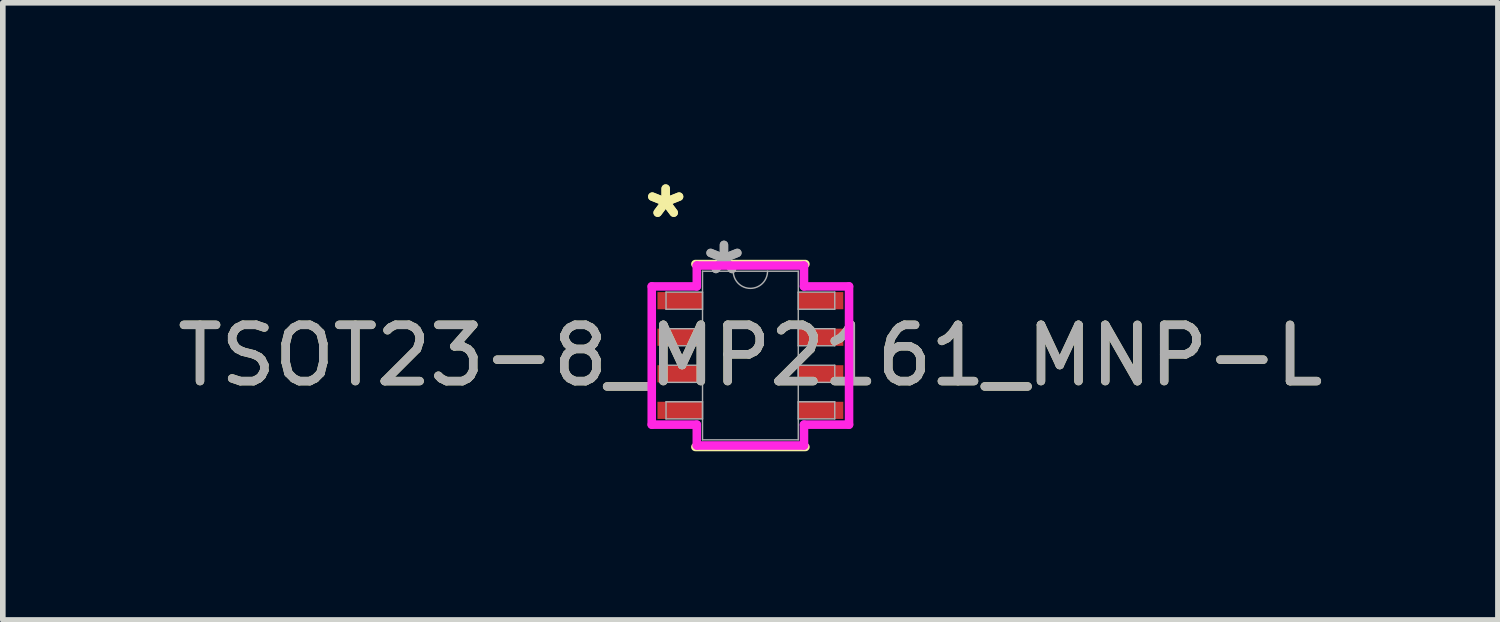
<source format=kicad_pcb>
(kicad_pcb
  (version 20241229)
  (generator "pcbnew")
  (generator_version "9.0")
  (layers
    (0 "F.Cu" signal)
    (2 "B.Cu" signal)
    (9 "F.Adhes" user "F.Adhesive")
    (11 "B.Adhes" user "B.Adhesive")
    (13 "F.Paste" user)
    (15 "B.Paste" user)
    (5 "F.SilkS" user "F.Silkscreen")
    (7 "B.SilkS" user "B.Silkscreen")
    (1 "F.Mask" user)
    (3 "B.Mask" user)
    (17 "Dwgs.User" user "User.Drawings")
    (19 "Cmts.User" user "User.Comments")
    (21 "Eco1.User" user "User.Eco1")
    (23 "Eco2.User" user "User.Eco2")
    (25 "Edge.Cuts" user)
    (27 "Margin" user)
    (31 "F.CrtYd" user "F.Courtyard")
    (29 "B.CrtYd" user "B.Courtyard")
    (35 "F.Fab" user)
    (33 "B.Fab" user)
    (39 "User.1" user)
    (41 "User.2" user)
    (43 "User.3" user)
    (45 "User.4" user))
  (footprint "TSOT23-8_MP2161_MNP-L"
    (layer "F.Cu")
    (at 10.292 3.271)
    (property "Reference" "TSOT23-8_MP2161_MNP-L" (at 0 0 0) (unlocked yes) (layer "F.SilkS") (effects (font (size 1 1) (thickness 0.15))))
    (attr smd)
    (fp_line (start -0.978 1.626) (end 0.978 1.626) (stroke (width 0.152) (type solid)) (layer "F.SilkS"))
    (fp_line (start 0.978 -1.626) (end -0.978 -1.626) (stroke (width 0.152) (type solid)) (layer "F.SilkS"))
    (fp_line (start -1.754 -1.229) (end -0.953 -1.229) (stroke (width 0.152) (type solid)) (layer "F.CrtYd"))
    (fp_line (start -1.754 1.229) (end -1.754 -1.229) (stroke (width 0.152) (type solid)) (layer "F.CrtYd"))
    (fp_line (start -1.754 1.229) (end -0.953 1.229) (stroke (width 0.152) (type solid)) (layer "F.CrtYd"))
    (fp_line (start -0.953 -1.6) (end 0.953 -1.6) (stroke (width 0.152) (type solid)) (layer "F.CrtYd"))
    (fp_line (start -0.953 -1.229) (end -0.953 -1.6) (stroke (width 0.152) (type solid)) (layer "F.CrtYd"))
    (fp_line (start -0.953 1.6) (end -0.953 1.229) (stroke (width 0.152) (type solid)) (layer "F.CrtYd"))
    (fp_line (start 0.953 -1.6) (end 0.953 -1.229) (stroke (width 0.152) (type solid)) (layer "F.CrtYd"))
    (fp_line (start 0.953 1.229) (end 0.953 1.6) (stroke (width 0.152) (type solid)) (layer "F.CrtYd"))
    (fp_line (start 0.953 1.6) (end -0.953 1.6) (stroke (width 0.152) (type solid)) (layer "F.CrtYd"))
    (fp_line (start 1.754 -1.229) (end 0.953 -1.229) (stroke (width 0.152) (type solid)) (layer "F.CrtYd"))
    (fp_line (start 1.754 -1.229) (end 1.754 1.229) (stroke (width 0.152) (type solid)) (layer "F.CrtYd"))
    (fp_line (start 1.754 1.229) (end 0.953 1.229) (stroke (width 0.152) (type solid)) (layer "F.CrtYd"))
    (fp_line (start -1.5 -1.127) (end -1.5 -0.823) (stroke (width 0.025) (type solid)) (layer "F.Fab"))
    (fp_line (start -1.5 -0.823) (end -0.851 -0.823) (stroke (width 0.025) (type solid)) (layer "F.Fab"))
    (fp_line (start -1.5 -0.477) (end -1.5 -0.173) (stroke (width 0.025) (type solid)) (layer "F.Fab"))
    (fp_line (start -1.5 -0.173) (end -0.851 -0.173) (stroke (width 0.025) (type solid)) (layer "F.Fab"))
    (fp_line (start -1.5 0.173) (end -1.5 0.477) (stroke (width 0.025) (type solid)) (layer "F.Fab"))
    (fp_line (start -1.5 0.477) (end -0.851 0.477) (stroke (width 0.025) (type solid)) (layer "F.Fab"))
    (fp_line (start -1.5 0.823) (end -1.5 1.127) (stroke (width 0.025) (type solid)) (layer "F.Fab"))
    (fp_line (start -1.5 1.127) (end -0.851 1.127) (stroke (width 0.025) (type solid)) (layer "F.Fab"))
    (fp_line (start -0.851 -1.499) (end -0.851 1.499) (stroke (width 0.025) (type solid)) (layer "F.Fab"))
    (fp_line (start -0.851 -1.127) (end -1.5 -1.127) (stroke (width 0.025) (type solid)) (layer "F.Fab"))
    (fp_line (start -0.851 -0.823) (end -0.851 -1.127) (stroke (width 0.025) (type solid)) (layer "F.Fab"))
    (fp_line (start -0.851 -0.477) (end -1.5 -0.477) (stroke (width 0.025) (type solid)) (layer "F.Fab"))
    (fp_line (start -0.851 -0.173) (end -0.851 -0.477) (stroke (width 0.025) (type solid)) (layer "F.Fab"))
    (fp_line (start -0.851 0.173) (end -1.5 0.173) (stroke (width 0.025) (type solid)) (layer "F.Fab"))
    (fp_line (start -0.851 0.477) (end -0.851 0.173) (stroke (width 0.025) (type solid)) (layer "F.Fab"))
    (fp_line (start -0.851 0.823) (end -1.5 0.823) (stroke (width 0.025) (type solid)) (layer "F.Fab"))
    (fp_line (start -0.851 1.127) (end -0.851 0.823) (stroke (width 0.025) (type solid)) (layer "F.Fab"))
    (fp_line (start -0.851 1.499) (end 0.851 1.499) (stroke (width 0.025) (type solid)) (layer "F.Fab"))
    (fp_line (start 0.851 -1.499) (end -0.851 -1.499) (stroke (width 0.025) (type solid)) (layer "F.Fab"))
    (fp_line (start 0.851 -1.127) (end 0.851 -0.823) (stroke (width 0.025) (type solid)) (layer "F.Fab"))
    (fp_line (start 0.851 -0.823) (end 1.5 -0.823) (stroke (width 0.025) (type solid)) (layer "F.Fab"))
    (fp_line (start 0.851 -0.477) (end 0.851 -0.173) (stroke (width 0.025) (type solid)) (layer "F.Fab"))
    (fp_line (start 0.851 -0.173) (end 1.5 -0.173) (stroke (width 0.025) (type solid)) (layer "F.Fab"))
    (fp_line (start 0.851 0.173) (end 0.851 0.477) (stroke (width 0.025) (type solid)) (layer "F.Fab"))
    (fp_line (start 0.851 0.477) (end 1.5 0.477) (stroke (width 0.025) (type solid)) (layer "F.Fab"))
    (fp_line (start 0.851 0.823) (end 0.851 1.127) (stroke (width 0.025) (type solid)) (layer "F.Fab"))
    (fp_line (start 0.851 1.127) (end 1.5 1.127) (stroke (width 0.025) (type solid)) (layer "F.Fab"))
    (fp_line (start 0.851 1.499) (end 0.851 -1.499) (stroke (width 0.025) (type solid)) (layer "F.Fab"))
    (fp_line (start 1.5 -1.127) (end 0.851 -1.127) (stroke (width 0.025) (type solid)) (layer "F.Fab"))
    (fp_line (start 1.5 -0.823) (end 1.5 -1.127) (stroke (width 0.025) (type solid)) (layer "F.Fab"))
    (fp_line (start 1.5 -0.477) (end 0.851 -0.477) (stroke (width 0.025) (type solid)) (layer "F.Fab"))
    (fp_line (start 1.5 -0.173) (end 1.5 -0.477) (stroke (width 0.025) (type solid)) (layer "F.Fab"))
    (fp_line (start 1.5 0.173) (end 0.851 0.173) (stroke (width 0.025) (type solid)) (layer "F.Fab"))
    (fp_line (start 1.5 0.477) (end 1.5 0.173) (stroke (width 0.025) (type solid)) (layer "F.Fab"))
    (fp_line (start 1.5 0.823) (end 0.851 0.823) (stroke (width 0.025) (type solid)) (layer "F.Fab"))
    (fp_line (start 1.5 1.127) (end 1.5 0.823) (stroke (width 0.025) (type solid)) (layer "F.Fab"))
    (fp_arc (start 0.3048 -1.4986) (mid 0 -1.1938) (end -0.3048 -1.4986) (stroke (width 0.0254) (type solid)) (layer "F.Fab"))
    (fp_text user "*" (at -1.506 -2.423 0) (layer "F.SilkS") (effects (font (size 1 1) (thickness 0.15))))
    (fp_text user "*" (at -1.506 -2.423 0) (unlocked yes) (layer "F.SilkS") (effects (font (size 1 1) (thickness 0.15))))
    (fp_text user "*" (at -0.47 -1.422 0) (layer "F.Fab") (effects (font (size 1 1) (thickness 0.15))))
    (fp_text user "${REFERENCE}" (at 0 0 0) (unlocked yes) (layer "F.Fab") (effects (font (size 1 1) (thickness 0.15))))
    (fp_text user "*" (at -0.47 -1.422 0) (unlocked yes) (layer "F.Fab") (effects (font (size 1 1) (thickness 0.15))))
    (pad "1" smd rect (at -1.252 -0.975) (size 0.801 0.305) (layers "F.Cu" "F.Mask" "F.Paste"))
    (pad "2" smd rect (at -1.252 -0.325) (size 0.801 0.305) (layers "F.Cu" "F.Mask" "F.Paste"))
    (pad "3" smd rect (at -1.252 0.325) (size 0.801 0.305) (layers "F.Cu" "F.Mask" "F.Paste"))
    (pad "4" smd rect (at -1.252 0.975) (size 0.801 0.305) (layers "F.Cu" "F.Mask" "F.Paste"))
    (pad "5" smd rect (at 1.252 0.975) (size 0.801 0.305) (layers "F.Cu" "F.Mask" "F.Paste"))
    (pad "6" smd rect (at 1.252 0.325) (size 0.801 0.305) (layers "F.Cu" "F.Mask" "F.Paste"))
    (pad "7" smd rect (at 1.252 -0.325) (size 0.801 0.305) (layers "F.Cu" "F.Mask" "F.Paste"))
    (pad "8" smd rect (at 1.252 -0.975) (size 0.801 0.305) (layers "F.Cu" "F.Mask" "F.Paste")))
  (gr_rect
    (start -3 -3)
    (end 23.583 7.973)
    (stroke (width 0.1) (type default))
    (fill no)
    (layer "Edge.Cuts")))
</source>
